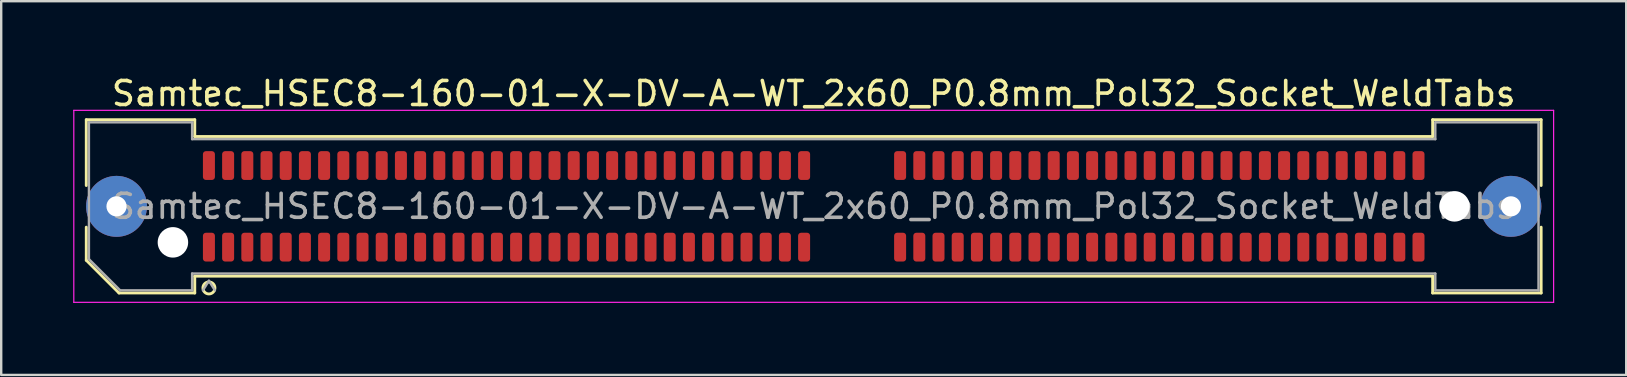
<source format=kicad_pcb>
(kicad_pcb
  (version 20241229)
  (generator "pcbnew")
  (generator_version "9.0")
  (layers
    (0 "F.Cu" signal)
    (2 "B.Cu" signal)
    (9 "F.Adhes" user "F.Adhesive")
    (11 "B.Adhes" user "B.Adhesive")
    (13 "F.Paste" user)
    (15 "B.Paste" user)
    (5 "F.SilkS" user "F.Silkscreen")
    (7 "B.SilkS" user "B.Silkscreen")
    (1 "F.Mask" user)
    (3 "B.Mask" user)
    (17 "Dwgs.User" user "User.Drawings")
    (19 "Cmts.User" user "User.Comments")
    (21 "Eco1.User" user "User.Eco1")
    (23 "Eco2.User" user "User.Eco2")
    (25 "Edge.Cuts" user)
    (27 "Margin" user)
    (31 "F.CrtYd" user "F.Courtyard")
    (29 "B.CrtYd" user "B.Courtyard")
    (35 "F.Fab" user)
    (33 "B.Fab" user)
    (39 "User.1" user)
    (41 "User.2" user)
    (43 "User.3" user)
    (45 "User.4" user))
  (footprint "Samtec_HSEC8-160-01-X-DV-A-WT_2x60_P0.8mm_Pol32_Socket_WeldTabs"
    (layer "F.Cu")
    (at 30.855 5.548)
    (property "Reference" "Samtec_HSEC8-160-01-X-DV-A-WT_2x60_P0.8mm_Pol32_Socket_WeldTabs" (at 0 -4.7 0) (layer "F.SilkS") (effects (font (size 1 1) (thickness 0.15))))
    (attr smd)
    (fp_line (start -30.31 -3.61) (end -25.79 -3.61) (stroke (width 0.12) (type solid)) (layer "F.SilkS"))
    (fp_line (start -30.31 -0.868) (end -30.31 -3.61) (stroke (width 0.12) (type solid)) (layer "F.SilkS"))
    (fp_line (start -30.31 2.246) (end -30.31 0.868) (stroke (width 0.12) (type solid)) (layer "F.SilkS"))
    (fp_line (start -28.946 3.61) (end -30.31 2.246) (stroke (width 0.12) (type solid)) (layer "F.SilkS"))
    (fp_line (start -25.79 -3.61) (end -25.79 -2.91) (stroke (width 0.12) (type solid)) (layer "F.SilkS"))
    (fp_line (start -25.79 -2.91) (end 25.79 -2.91) (stroke (width 0.12) (type solid)) (layer "F.SilkS"))
    (fp_line (start -25.79 2.91) (end -25.79 3.61) (stroke (width 0.12) (type solid)) (layer "F.SilkS"))
    (fp_line (start -25.79 3.61) (end -28.946 3.61) (stroke (width 0.12) (type solid)) (layer "F.SilkS"))
    (fp_line (start 25.79 -3.61) (end 30.31 -3.61) (stroke (width 0.12) (type solid)) (layer "F.SilkS"))
    (fp_line (start 25.79 -2.91) (end 25.79 -3.61) (stroke (width 0.12) (type solid)) (layer "F.SilkS"))
    (fp_line (start 25.79 2.91) (end -25.79 2.91) (stroke (width 0.12) (type solid)) (layer "F.SilkS"))
    (fp_line (start 25.79 3.61) (end 25.79 2.91) (stroke (width 0.12) (type solid)) (layer "F.SilkS"))
    (fp_line (start 30.31 -3.61) (end 30.31 -0.868) (stroke (width 0.12) (type solid)) (layer "F.SilkS"))
    (fp_line (start 30.31 0.868) (end 30.31 3.61) (stroke (width 0.12) (type solid)) (layer "F.SilkS"))
    (fp_line (start 30.31 3.61) (end 25.79 3.61) (stroke (width 0.12) (type solid)) (layer "F.SilkS"))
    (fp_arc (start -24.95 3.4) (mid -25.45 3.4) (end -24.95 3.4) (stroke (width 0.12) (type solid)) (layer "F.SilkS"))
    (fp_line (start -30.83 -4) (end -30.83 4) (stroke (width 0.05) (type solid)) (layer "F.CrtYd"))
    (fp_line (start -30.83 4) (end 30.83 4) (stroke (width 0.05) (type solid)) (layer "F.CrtYd"))
    (fp_line (start 30.83 -4) (end -30.83 -4) (stroke (width 0.05) (type solid)) (layer "F.CrtYd"))
    (fp_line (start 30.83 4) (end 30.83 -4) (stroke (width 0.05) (type solid)) (layer "F.CrtYd"))
    (fp_line (start -30.2 -3.5) (end -25.9 -3.5) (stroke (width 0.1) (type solid)) (layer "F.Fab"))
    (fp_line (start -30.2 2.2) (end -30.2 -3.5) (stroke (width 0.1) (type solid)) (layer "F.Fab"))
    (fp_line (start -28.9 3.5) (end -30.2 2.2) (stroke (width 0.1) (type solid)) (layer "F.Fab"))
    (fp_line (start -25.9 -3.5) (end -25.9 -2.8) (stroke (width 0.1) (type solid)) (layer "F.Fab"))
    (fp_line (start -25.9 -2.8) (end 25.9 -2.8) (stroke (width 0.1) (type solid)) (layer "F.Fab"))
    (fp_line (start -25.9 2.8) (end -25.9 3.5) (stroke (width 0.1) (type solid)) (layer "F.Fab"))
    (fp_line (start -25.9 3.5) (end -28.9 3.5) (stroke (width 0.1) (type solid)) (layer "F.Fab"))
    (fp_line (start -25.2 3.1) (end -25.45 3.5) (stroke (width 0.1) (type solid)) (layer "F.Fab"))
    (fp_line (start -25.2 3.1) (end -24.95 3.5) (stroke (width 0.1) (type solid)) (layer "F.Fab"))
    (fp_line (start 25.9 -3.5) (end 30.2 -3.5) (stroke (width 0.1) (type solid)) (layer "F.Fab"))
    (fp_line (start 25.9 -2.8) (end 25.9 -3.5) (stroke (width 0.1) (type solid)) (layer "F.Fab"))
    (fp_line (start 25.9 2.8) (end -25.9 2.8) (stroke (width 0.1) (type solid)) (layer "F.Fab"))
    (fp_line (start 25.9 3.5) (end 25.9 2.8) (stroke (width 0.1) (type solid)) (layer "F.Fab"))
    (fp_line (start 30.2 -3.5) (end 30.2 3.5) (stroke (width 0.1) (type solid)) (layer "F.Fab"))
    (fp_line (start 30.2 3.5) (end 25.9 3.5) (stroke (width 0.1) (type solid)) (layer "F.Fab"))
    (fp_text user "${REFERENCE}" (at 0 0 0) (layer "F.Fab") (effects (font (size 1 1) (thickness 0.15))))
    (pad "" thru_hole circle (at -29.05 0) (size 2.54 2.54) (drill 0.84) (layers "*.Cu" "*.Mask" "F.Paste"))
    (pad "" np_thru_hole circle (at -26.7 1.5) (size 1.27 1.27) (drill 1.27) (layers "*.Cu" "*.Mask"))
    (pad "" np_thru_hole circle (at 26.7 0) (size 1.27 1.27) (drill 1.27) (layers "*.Cu" "*.Mask"))
    (pad "" thru_hole circle (at 29.05 0) (size 2.54 2.54) (drill 0.84) (layers "*.Cu" "*.Mask" "F.Paste"))
    (pad "1" smd roundrect (at -25.2 1.7) (size 0.5 1.2) (layers "F.Cu" "F.Mask" "F.Paste") (roundrect_rratio 0.25))
    (pad "2" smd roundrect (at -25.2 -1.7) (size 0.5 1.2) (layers "F.Cu" "F.Mask" "F.Paste") (roundrect_rratio 0.25))
    (pad "3" smd roundrect (at -24.4 1.7) (size 0.5 1.2) (layers "F.Cu" "F.Mask" "F.Paste") (roundrect_rratio 0.25))
    (pad "4" smd roundrect (at -24.4 -1.7) (size 0.5 1.2) (layers "F.Cu" "F.Mask" "F.Paste") (roundrect_rratio 0.25))
    (pad "5" smd roundrect (at -23.6 1.7) (size 0.5 1.2) (layers "F.Cu" "F.Mask" "F.Paste") (roundrect_rratio 0.25))
    (pad "6" smd roundrect (at -23.6 -1.7) (size 0.5 1.2) (layers "F.Cu" "F.Mask" "F.Paste") (roundrect_rratio 0.25))
    (pad "7" smd roundrect (at -22.8 1.7) (size 0.5 1.2) (layers "F.Cu" "F.Mask" "F.Paste") (roundrect_rratio 0.25))
    (pad "8" smd roundrect (at -22.8 -1.7) (size 0.5 1.2) (layers "F.Cu" "F.Mask" "F.Paste") (roundrect_rratio 0.25))
    (pad "9" smd roundrect (at -22 1.7) (size 0.5 1.2) (layers "F.Cu" "F.Mask" "F.Paste") (roundrect_rratio 0.25))
    (pad "10" smd roundrect (at -22 -1.7) (size 0.5 1.2) (layers "F.Cu" "F.Mask" "F.Paste") (roundrect_rratio 0.25))
    (pad "11" smd roundrect (at -21.2 1.7) (size 0.5 1.2) (layers "F.Cu" "F.Mask" "F.Paste") (roundrect_rratio 0.25))
    (pad "12" smd roundrect (at -21.2 -1.7) (size 0.5 1.2) (layers "F.Cu" "F.Mask" "F.Paste") (roundrect_rratio 0.25))
    (pad "13" smd roundrect (at -20.4 1.7) (size 0.5 1.2) (layers "F.Cu" "F.Mask" "F.Paste") (roundrect_rratio 0.25))
    (pad "14" smd roundrect (at -20.4 -1.7) (size 0.5 1.2) (layers "F.Cu" "F.Mask" "F.Paste") (roundrect_rratio 0.25))
    (pad "15" smd roundrect (at -19.6 1.7) (size 0.5 1.2) (layers "F.Cu" "F.Mask" "F.Paste") (roundrect_rratio 0.25))
    (pad "16" smd roundrect (at -19.6 -1.7) (size 0.5 1.2) (layers "F.Cu" "F.Mask" "F.Paste") (roundrect_rratio 0.25))
    (pad "17" smd roundrect (at -18.8 1.7) (size 0.5 1.2) (layers "F.Cu" "F.Mask" "F.Paste") (roundrect_rratio 0.25))
    (pad "18" smd roundrect (at -18.8 -1.7) (size 0.5 1.2) (layers "F.Cu" "F.Mask" "F.Paste") (roundrect_rratio 0.25))
    (pad "19" smd roundrect (at -18 1.7) (size 0.5 1.2) (layers "F.Cu" "F.Mask" "F.Paste") (roundrect_rratio 0.25))
    (pad "20" smd roundrect (at -18 -1.7) (size 0.5 1.2) (layers "F.Cu" "F.Mask" "F.Paste") (roundrect_rratio 0.25))
    (pad "21" smd roundrect (at -17.2 1.7) (size 0.5 1.2) (layers "F.Cu" "F.Mask" "F.Paste") (roundrect_rratio 0.25))
    (pad "22" smd roundrect (at -17.2 -1.7) (size 0.5 1.2) (layers "F.Cu" "F.Mask" "F.Paste") (roundrect_rratio 0.25))
    (pad "23" smd roundrect (at -16.4 1.7) (size 0.5 1.2) (layers "F.Cu" "F.Mask" "F.Paste") (roundrect_rratio 0.25))
    (pad "24" smd roundrect (at -16.4 -1.7) (size 0.5 1.2) (layers "F.Cu" "F.Mask" "F.Paste") (roundrect_rratio 0.25))
    (pad "25" smd roundrect (at -15.6 1.7) (size 0.5 1.2) (layers "F.Cu" "F.Mask" "F.Paste") (roundrect_rratio 0.25))
    (pad "26" smd roundrect (at -15.6 -1.7) (size 0.5 1.2) (layers "F.Cu" "F.Mask" "F.Paste") (roundrect_rratio 0.25))
    (pad "27" smd roundrect (at -14.8 1.7) (size 0.5 1.2) (layers "F.Cu" "F.Mask" "F.Paste") (roundrect_rratio 0.25))
    (pad "28" smd roundrect (at -14.8 -1.7) (size 0.5 1.2) (layers "F.Cu" "F.Mask" "F.Paste") (roundrect_rratio 0.25))
    (pad "29" smd roundrect (at -14 1.7) (size 0.5 1.2) (layers "F.Cu" "F.Mask" "F.Paste") (roundrect_rratio 0.25))
    (pad "30" smd roundrect (at -14 -1.7) (size 0.5 1.2) (layers "F.Cu" "F.Mask" "F.Paste") (roundrect_rratio 0.25))
    (pad "31" smd roundrect (at -13.2 1.7) (size 0.5 1.2) (layers "F.Cu" "F.Mask" "F.Paste") (roundrect_rratio 0.25))
    (pad "32" smd roundrect (at -13.2 -1.7) (size 0.5 1.2) (layers "F.Cu" "F.Mask" "F.Paste") (roundrect_rratio 0.25))
    (pad "33" smd roundrect (at -12.4 1.7) (size 0.5 1.2) (layers "F.Cu" "F.Mask" "F.Paste") (roundrect_rratio 0.25))
    (pad "34" smd roundrect (at -12.4 -1.7) (size 0.5 1.2) (layers "F.Cu" "F.Mask" "F.Paste") (roundrect_rratio 0.25))
    (pad "35" smd roundrect (at -11.6 1.7) (size 0.5 1.2) (layers "F.Cu" "F.Mask" "F.Paste") (roundrect_rratio 0.25))
    (pad "36" smd roundrect (at -11.6 -1.7) (size 0.5 1.2) (layers "F.Cu" "F.Mask" "F.Paste") (roundrect_rratio 0.25))
    (pad "37" smd roundrect (at -10.8 1.7) (size 0.5 1.2) (layers "F.Cu" "F.Mask" "F.Paste") (roundrect_rratio 0.25))
    (pad "38" smd roundrect (at -10.8 -1.7) (size 0.5 1.2) (layers "F.Cu" "F.Mask" "F.Paste") (roundrect_rratio 0.25))
    (pad "39" smd roundrect (at -10 1.7) (size 0.5 1.2) (layers "F.Cu" "F.Mask" "F.Paste") (roundrect_rratio 0.25))
    (pad "40" smd roundrect (at -10 -1.7) (size 0.5 1.2) (layers "F.Cu" "F.Mask" "F.Paste") (roundrect_rratio 0.25))
    (pad "41" smd roundrect (at -9.2 1.7) (size 0.5 1.2) (layers "F.Cu" "F.Mask" "F.Paste") (roundrect_rratio 0.25))
    (pad "42" smd roundrect (at -9.2 -1.7) (size 0.5 1.2) (layers "F.Cu" "F.Mask" "F.Paste") (roundrect_rratio 0.25))
    (pad "43" smd roundrect (at -8.4 1.7) (size 0.5 1.2) (layers "F.Cu" "F.Mask" "F.Paste") (roundrect_rratio 0.25))
    (pad "44" smd roundrect (at -8.4 -1.7) (size 0.5 1.2) (layers "F.Cu" "F.Mask" "F.Paste") (roundrect_rratio 0.25))
    (pad "45" smd roundrect (at -7.6 1.7) (size 0.5 1.2) (layers "F.Cu" "F.Mask" "F.Paste") (roundrect_rratio 0.25))
    (pad "46" smd roundrect (at -7.6 -1.7) (size 0.5 1.2) (layers "F.Cu" "F.Mask" "F.Paste") (roundrect_rratio 0.25))
    (pad "47" smd roundrect (at -6.8 1.7) (size 0.5 1.2) (layers "F.Cu" "F.Mask" "F.Paste") (roundrect_rratio 0.25))
    (pad "48" smd roundrect (at -6.8 -1.7) (size 0.5 1.2) (layers "F.Cu" "F.Mask" "F.Paste") (roundrect_rratio 0.25))
    (pad "49" smd roundrect (at -6 1.7) (size 0.5 1.2) (layers "F.Cu" "F.Mask" "F.Paste") (roundrect_rratio 0.25))
    (pad "50" smd roundrect (at -6 -1.7) (size 0.5 1.2) (layers "F.Cu" "F.Mask" "F.Paste") (roundrect_rratio 0.25))
    (pad "51" smd roundrect (at -5.2 1.7) (size 0.5 1.2) (layers "F.Cu" "F.Mask" "F.Paste") (roundrect_rratio 0.25))
    (pad "52" smd roundrect (at -5.2 -1.7) (size 0.5 1.2) (layers "F.Cu" "F.Mask" "F.Paste") (roundrect_rratio 0.25))
    (pad "53" smd roundrect (at -4.4 1.7) (size 0.5 1.2) (layers "F.Cu" "F.Mask" "F.Paste") (roundrect_rratio 0.25))
    (pad "54" smd roundrect (at -4.4 -1.7) (size 0.5 1.2) (layers "F.Cu" "F.Mask" "F.Paste") (roundrect_rratio 0.25))
    (pad "55" smd roundrect (at -3.6 1.7) (size 0.5 1.2) (layers "F.Cu" "F.Mask" "F.Paste") (roundrect_rratio 0.25))
    (pad "56" smd roundrect (at -3.6 -1.7) (size 0.5 1.2) (layers "F.Cu" "F.Mask" "F.Paste") (roundrect_rratio 0.25))
    (pad "57" smd roundrect (at -2.8 1.7) (size 0.5 1.2) (layers "F.Cu" "F.Mask" "F.Paste") (roundrect_rratio 0.25))
    (pad "58" smd roundrect (at -2.8 -1.7) (size 0.5 1.2) (layers "F.Cu" "F.Mask" "F.Paste") (roundrect_rratio 0.25))
    (pad "59" smd roundrect (at -2 1.7) (size 0.5 1.2) (layers "F.Cu" "F.Mask" "F.Paste") (roundrect_rratio 0.25))
    (pad "60" smd roundrect (at -2 -1.7) (size 0.5 1.2) (layers "F.Cu" "F.Mask" "F.Paste") (roundrect_rratio 0.25))
    (pad "61" smd roundrect (at -1.2 1.7) (size 0.5 1.2) (layers "F.Cu" "F.Mask" "F.Paste") (roundrect_rratio 0.25))
    (pad "62" smd roundrect (at -1.2 -1.7) (size 0.5 1.2) (layers "F.Cu" "F.Mask" "F.Paste") (roundrect_rratio 0.25))
    (pad "63" smd roundrect (at -0.4 1.7) (size 0.5 1.2) (layers "F.Cu" "F.Mask" "F.Paste") (roundrect_rratio 0.25))
    (pad "64" smd roundrect (at -0.4 -1.7) (size 0.5 1.2) (layers "F.Cu" "F.Mask" "F.Paste") (roundrect_rratio 0.25))
    (pad "65" smd roundrect (at 3.6 1.7) (size 0.5 1.2) (layers "F.Cu" "F.Mask" "F.Paste") (roundrect_rratio 0.25))
    (pad "66" smd roundrect (at 3.6 -1.7) (size 0.5 1.2) (layers "F.Cu" "F.Mask" "F.Paste") (roundrect_rratio 0.25))
    (pad "67" smd roundrect (at 4.4 1.7) (size 0.5 1.2) (layers "F.Cu" "F.Mask" "F.Paste") (roundrect_rratio 0.25))
    (pad "68" smd roundrect (at 4.4 -1.7) (size 0.5 1.2) (layers "F.Cu" "F.Mask" "F.Paste") (roundrect_rratio 0.25))
    (pad "69" smd roundrect (at 5.2 1.7) (size 0.5 1.2) (layers "F.Cu" "F.Mask" "F.Paste") (roundrect_rratio 0.25))
    (pad "70" smd roundrect (at 5.2 -1.7) (size 0.5 1.2) (layers "F.Cu" "F.Mask" "F.Paste") (roundrect_rratio 0.25))
    (pad "71" smd roundrect (at 6 1.7) (size 0.5 1.2) (layers "F.Cu" "F.Mask" "F.Paste") (roundrect_rratio 0.25))
    (pad "72" smd roundrect (at 6 -1.7) (size 0.5 1.2) (layers "F.Cu" "F.Mask" "F.Paste") (roundrect_rratio 0.25))
    (pad "73" smd roundrect (at 6.8 1.7) (size 0.5 1.2) (layers "F.Cu" "F.Mask" "F.Paste") (roundrect_rratio 0.25))
    (pad "74" smd roundrect (at 6.8 -1.7) (size 0.5 1.2) (layers "F.Cu" "F.Mask" "F.Paste") (roundrect_rratio 0.25))
    (pad "75" smd roundrect (at 7.6 1.7) (size 0.5 1.2) (layers "F.Cu" "F.Mask" "F.Paste") (roundrect_rratio 0.25))
    (pad "76" smd roundrect (at 7.6 -1.7) (size 0.5 1.2) (layers "F.Cu" "F.Mask" "F.Paste") (roundrect_rratio 0.25))
    (pad "77" smd roundrect (at 8.4 1.7) (size 0.5 1.2) (layers "F.Cu" "F.Mask" "F.Paste") (roundrect_rratio 0.25))
    (pad "78" smd roundrect (at 8.4 -1.7) (size 0.5 1.2) (layers "F.Cu" "F.Mask" "F.Paste") (roundrect_rratio 0.25))
    (pad "79" smd roundrect (at 9.2 1.7) (size 0.5 1.2) (layers "F.Cu" "F.Mask" "F.Paste") (roundrect_rratio 0.25))
    (pad "80" smd roundrect (at 9.2 -1.7) (size 0.5 1.2) (layers "F.Cu" "F.Mask" "F.Paste") (roundrect_rratio 0.25))
    (pad "81" smd roundrect (at 10 1.7) (size 0.5 1.2) (layers "F.Cu" "F.Mask" "F.Paste") (roundrect_rratio 0.25))
    (pad "82" smd roundrect (at 10 -1.7) (size 0.5 1.2) (layers "F.Cu" "F.Mask" "F.Paste") (roundrect_rratio 0.25))
    (pad "83" smd roundrect (at 10.8 1.7) (size 0.5 1.2) (layers "F.Cu" "F.Mask" "F.Paste") (roundrect_rratio 0.25))
    (pad "84" smd roundrect (at 10.8 -1.7) (size 0.5 1.2) (layers "F.Cu" "F.Mask" "F.Paste") (roundrect_rratio 0.25))
    (pad "85" smd roundrect (at 11.6 1.7) (size 0.5 1.2) (layers "F.Cu" "F.Mask" "F.Paste") (roundrect_rratio 0.25))
    (pad "86" smd roundrect (at 11.6 -1.7) (size 0.5 1.2) (layers "F.Cu" "F.Mask" "F.Paste") (roundrect_rratio 0.25))
    (pad "87" smd roundrect (at 12.4 1.7) (size 0.5 1.2) (layers "F.Cu" "F.Mask" "F.Paste") (roundrect_rratio 0.25))
    (pad "88" smd roundrect (at 12.4 -1.7) (size 0.5 1.2) (layers "F.Cu" "F.Mask" "F.Paste") (roundrect_rratio 0.25))
    (pad "89" smd roundrect (at 13.2 1.7) (size 0.5 1.2) (layers "F.Cu" "F.Mask" "F.Paste") (roundrect_rratio 0.25))
    (pad "90" smd roundrect (at 13.2 -1.7) (size 0.5 1.2) (layers "F.Cu" "F.Mask" "F.Paste") (roundrect_rratio 0.25))
    (pad "91" smd roundrect (at 14 1.7) (size 0.5 1.2) (layers "F.Cu" "F.Mask" "F.Paste") (roundrect_rratio 0.25))
    (pad "92" smd roundrect (at 14 -1.7) (size 0.5 1.2) (layers "F.Cu" "F.Mask" "F.Paste") (roundrect_rratio 0.25))
    (pad "93" smd roundrect (at 14.8 1.7) (size 0.5 1.2) (layers "F.Cu" "F.Mask" "F.Paste") (roundrect_rratio 0.25))
    (pad "94" smd roundrect (at 14.8 -1.7) (size 0.5 1.2) (layers "F.Cu" "F.Mask" "F.Paste") (roundrect_rratio 0.25))
    (pad "95" smd roundrect (at 15.6 1.7) (size 0.5 1.2) (layers "F.Cu" "F.Mask" "F.Paste") (roundrect_rratio 0.25))
    (pad "96" smd roundrect (at 15.6 -1.7) (size 0.5 1.2) (layers "F.Cu" "F.Mask" "F.Paste") (roundrect_rratio 0.25))
    (pad "97" smd roundrect (at 16.4 1.7) (size 0.5 1.2) (layers "F.Cu" "F.Mask" "F.Paste") (roundrect_rratio 0.25))
    (pad "98" smd roundrect (at 16.4 -1.7) (size 0.5 1.2) (layers "F.Cu" "F.Mask" "F.Paste") (roundrect_rratio 0.25))
    (pad "99" smd roundrect (at 17.2 1.7) (size 0.5 1.2) (layers "F.Cu" "F.Mask" "F.Paste") (roundrect_rratio 0.25))
    (pad "100" smd roundrect (at 17.2 -1.7) (size 0.5 1.2) (layers "F.Cu" "F.Mask" "F.Paste") (roundrect_rratio 0.25))
    (pad "101" smd roundrect (at 18 1.7) (size 0.5 1.2) (layers "F.Cu" "F.Mask" "F.Paste") (roundrect_rratio 0.25))
    (pad "102" smd roundrect (at 18 -1.7) (size 0.5 1.2) (layers "F.Cu" "F.Mask" "F.Paste") (roundrect_rratio 0.25))
    (pad "103" smd roundrect (at 18.8 1.7) (size 0.5 1.2) (layers "F.Cu" "F.Mask" "F.Paste") (roundrect_rratio 0.25))
    (pad "104" smd roundrect (at 18.8 -1.7) (size 0.5 1.2) (layers "F.Cu" "F.Mask" "F.Paste") (roundrect_rratio 0.25))
    (pad "105" smd roundrect (at 19.6 1.7) (size 0.5 1.2) (layers "F.Cu" "F.Mask" "F.Paste") (roundrect_rratio 0.25))
    (pad "106" smd roundrect (at 19.6 -1.7) (size 0.5 1.2) (layers "F.Cu" "F.Mask" "F.Paste") (roundrect_rratio 0.25))
    (pad "107" smd roundrect (at 20.4 1.7) (size 0.5 1.2) (layers "F.Cu" "F.Mask" "F.Paste") (roundrect_rratio 0.25))
    (pad "108" smd roundrect (at 20.4 -1.7) (size 0.5 1.2) (layers "F.Cu" "F.Mask" "F.Paste") (roundrect_rratio 0.25))
    (pad "109" smd roundrect (at 21.2 1.7) (size 0.5 1.2) (layers "F.Cu" "F.Mask" "F.Paste") (roundrect_rratio 0.25))
    (pad "110" smd roundrect (at 21.2 -1.7) (size 0.5 1.2) (layers "F.Cu" "F.Mask" "F.Paste") (roundrect_rratio 0.25))
    (pad "111" smd roundrect (at 22 1.7) (size 0.5 1.2) (layers "F.Cu" "F.Mask" "F.Paste") (roundrect_rratio 0.25))
    (pad "112" smd roundrect (at 22 -1.7) (size 0.5 1.2) (layers "F.Cu" "F.Mask" "F.Paste") (roundrect_rratio 0.25))
    (pad "113" smd roundrect (at 22.8 1.7) (size 0.5 1.2) (layers "F.Cu" "F.Mask" "F.Paste") (roundrect_rratio 0.25))
    (pad "114" smd roundrect (at 22.8 -1.7) (size 0.5 1.2) (layers "F.Cu" "F.Mask" "F.Paste") (roundrect_rratio 0.25))
    (pad "115" smd roundrect (at 23.6 1.7) (size 0.5 1.2) (layers "F.Cu" "F.Mask" "F.Paste") (roundrect_rratio 0.25))
    (pad "116" smd roundrect (at 23.6 -1.7) (size 0.5 1.2) (layers "F.Cu" "F.Mask" "F.Paste") (roundrect_rratio 0.25))
    (pad "117" smd roundrect (at 24.4 1.7) (size 0.5 1.2) (layers "F.Cu" "F.Mask" "F.Paste") (roundrect_rratio 0.25))
    (pad "118" smd roundrect (at 24.4 -1.7) (size 0.5 1.2) (layers "F.Cu" "F.Mask" "F.Paste") (roundrect_rratio 0.25))
    (pad "119" smd roundrect (at 25.2 1.7) (size 0.5 1.2) (layers "F.Cu" "F.Mask" "F.Paste") (roundrect_rratio 0.25))
    (pad "120" smd roundrect (at 25.2 -1.7) (size 0.5 1.2) (layers "F.Cu" "F.Mask" "F.Paste") (roundrect_rratio 0.25)))
  (gr_rect
    (start -3 -3)
    (end 64.71 12.573)
    (stroke (width 0.1) (type default))
    (fill no)
    (layer "Edge.Cuts")))
</source>
